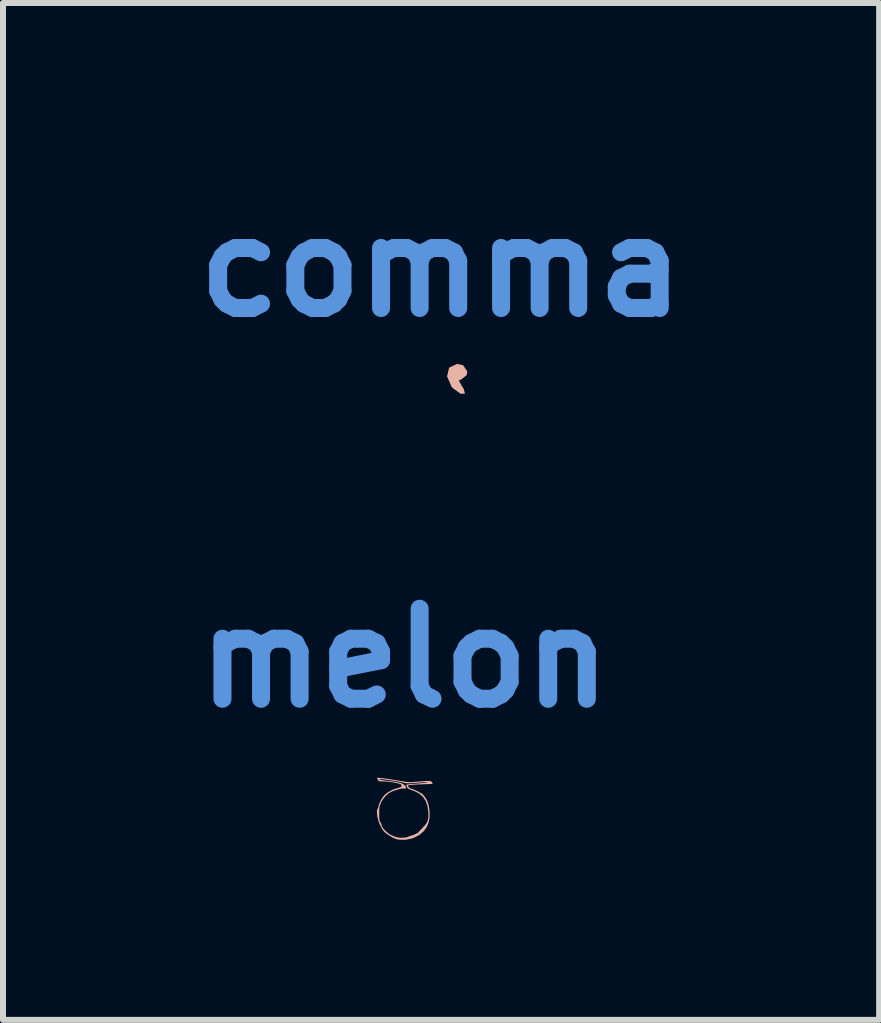
<source format=kicad_pcb>
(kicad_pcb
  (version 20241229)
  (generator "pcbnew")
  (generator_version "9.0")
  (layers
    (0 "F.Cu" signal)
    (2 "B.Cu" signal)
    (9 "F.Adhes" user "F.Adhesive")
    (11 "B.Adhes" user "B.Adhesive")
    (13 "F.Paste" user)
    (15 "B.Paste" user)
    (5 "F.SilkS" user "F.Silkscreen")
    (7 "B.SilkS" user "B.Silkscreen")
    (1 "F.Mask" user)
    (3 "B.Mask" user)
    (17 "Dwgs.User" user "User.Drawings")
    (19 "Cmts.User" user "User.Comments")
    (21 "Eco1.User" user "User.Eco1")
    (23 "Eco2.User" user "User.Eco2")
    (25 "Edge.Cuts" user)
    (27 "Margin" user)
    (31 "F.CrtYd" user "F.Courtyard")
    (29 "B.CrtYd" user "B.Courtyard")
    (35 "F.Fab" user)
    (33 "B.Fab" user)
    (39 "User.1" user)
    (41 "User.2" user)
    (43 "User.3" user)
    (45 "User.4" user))
  (footprint "comma"
    (layer "F.Cu")
    (at 4.3 2.674)
    (property "Reference" "comma" (at 0 -1.27 0) (layer "Cmts.User") (effects (font (size 1.5 1.5) (thickness 0.3))))
    (attr board_only exclude_from_pos_files exclude_from_bom)
    (fp_poly (pts (xy 0.134 0.402) (xy 0.1 0.548) (xy 0.174 0.719) (xy 0.2 0.748) (xy 0.327 0.838) (xy 0.399 0.835) (xy 0.373 0.747) (xy 0.353 0.722) (xy 0.297 0.617) (xy 0.343 0.595) (xy 0.428 0.526) (xy 0.438 0.467) (xy 0.368 0.363) (xy 0.268 0.34)) (stroke (width 0) (type solid)) (fill yes) (layer "B.SilkS")))
  (footprint "melon"
    (layer "F.Cu")
    (at 3.693 10.456)
    (property "Reference" "melon" (at 0 -2.54 0) (layer "Cmts.User") (effects (font (size 1.5 1.5) (thickness 0.3))))
    (attr board_only exclude_from_pos_files exclude_from_bom)
    (fp_poly (pts (xy -0.406 -0.542) (xy -0.364 -0.538) (xy -0.303 -0.53) (xy -0.227 -0.518) (xy -0.136 -0.504) (xy -0.034 -0.486) (xy -0.022 -0.484) (xy 0.026 -0.477) (xy 0.067 -0.473) (xy 0.109 -0.473) (xy 0.158 -0.476) (xy 0.203 -0.48) (xy 0.259 -0.485) (xy 0.314 -0.489) (xy 0.36 -0.492) (xy 0.388 -0.492) (xy 0.422 -0.491) (xy 0.441 -0.486) (xy 0.453 -0.475) (xy 0.457 -0.467) (xy 0.468 -0.443) (xy 0.268 -0.435) (xy 0.205 -0.433) (xy 0.149 -0.429) (xy 0.104 -0.426) (xy 0.073 -0.422) (xy 0.059 -0.419) (xy 0.058 -0.419) (xy 0.058 -0.405) (xy 0.068 -0.388) (xy 0.084 -0.372) (xy 0.099 -0.367) (xy 0.116 -0.362) (xy 0.146 -0.352) (xy 0.181 -0.337) (xy 0.213 -0.322) (xy 0.237 -0.31) (xy 0.244 -0.305) (xy 0.262 -0.294) (xy 0.268 -0.293) (xy 0.284 -0.285) (xy 0.306 -0.264) (xy 0.331 -0.234) (xy 0.355 -0.201) (xy 0.373 -0.169) (xy 0.377 -0.162) (xy 0.396 -0.104) (xy 0.41 -0.034) (xy 0.417 0.041) (xy 0.417 0.108) (xy 0.401 0.197) (xy 0.368 0.277) (xy 0.317 0.347) (xy 0.249 0.405) (xy 0.166 0.45) (xy 0.108 0.47) (xy 0.01 0.489) (xy -0.089 0.487) (xy -0.123 0.481) (xy -0.163 0.468) (xy -0.211 0.445) (xy -0.262 0.415) (xy -0.308 0.383) (xy -0.342 0.353) (xy -0.346 0.349) (xy -0.375 0.31) (xy -0.403 0.257) (xy -0.43 0.194) (xy -0.443 0.154) (xy -0.453 0.11) (xy -0.459 0.064) (xy -0.462 0.023) (xy -0.459 -0.008) (xy -0.452 -0.025) (xy -0.452 -0.025) (xy -0.444 -0.039) (xy -0.437 -0.063) (xy -0.437 -0.067) (xy -0.421 -0.121) (xy -0.392 -0.179) (xy -0.355 -0.235) (xy -0.329 -0.264) (xy -0.284 -0.3) (xy -0.224 -0.334) (xy -0.156 -0.363) (xy -0.086 -0.382) (xy -0.062 -0.391) (xy -0.053 -0.406) (xy -0.052 -0.414) (xy -0.056 -0.429) (xy -0.069 -0.439) (xy -0.097 -0.448) (xy -0.102 -0.449) (xy -0.168 -0.463) (xy -0.221 -0.472) (xy -0.266 -0.478) (xy -0.311 -0.482) (xy -0.349 -0.483) (xy -0.392 -0.484) (xy -0.419 -0.486) (xy -0.435 -0.491) (xy -0.443 -0.5) (xy -0.449 -0.514) (xy -0.45 -0.516) (xy -0.452 -0.521) (xy -0.429 -0.521) (xy -0.425 -0.517) (xy -0.405 -0.512) (xy -0.371 -0.505) (xy -0.327 -0.499) (xy -0.278 -0.493) (xy -0.226 -0.487) (xy -0.179 -0.48) (xy -0.143 -0.475) (xy -0.126 -0.472) (xy -0.092 -0.464) (xy -0.063 -0.457) (xy -0.062 -0.457) (xy -0.044 -0.45) (xy -0.022 -0.436) (xy -0.001 -0.421) (xy 0.015 -0.408) (xy 0.02 -0.399) (xy 0.017 -0.398) (xy 0.015 -0.392) (xy 0.02 -0.384) (xy 0.025 -0.372) (xy 0.012 -0.366) (xy 0.005 -0.364) (xy -0.014 -0.363) (xy -0.021 -0.367) (xy -0.03 -0.368) (xy -0.054 -0.364) (xy -0.089 -0.356) (xy -0.129 -0.345) (xy -0.17 -0.332) (xy -0.207 -0.318) (xy -0.222 -0.312) (xy -0.272 -0.282) (xy -0.322 -0.236) (xy -0.365 -0.18) (xy -0.395 -0.129) (xy -0.407 -0.099) (xy -0.416 -0.072) (xy -0.421 -0.041) (xy -0.423 -0.000229) (xy -0.424 0.047) (xy -0.423 0.1) (xy -0.422 0.136) (xy -0.418 0.162) (xy -0.411 0.182) (xy -0.401 0.198) (xy -0.388 0.223) (xy -0.383 0.24) (xy -0.384 0.243) (xy -0.382 0.259) (xy -0.367 0.284) (xy -0.343 0.314) (xy -0.311 0.346) (xy -0.277 0.376) (xy -0.243 0.4) (xy -0.237 0.403) (xy -0.156 0.439) (xy -0.079 0.455) (xy 0.000185 0.452) (xy 0.037 0.445) (xy 0.064 0.436) (xy 0.081 0.427) (xy 0.092 0.422) (xy 0.094 0.424) (xy 0.101 0.425) (xy 0.11 0.419) (xy 0.127 0.411) (xy 0.135 0.413) (xy 0.148 0.411) (xy 0.157 0.403) (xy 0.172 0.393) (xy 0.179 0.394) (xy 0.188 0.391) (xy 0.189 0.387) (xy 0.196 0.38) (xy 0.204 0.381) (xy 0.218 0.381) (xy 0.22 0.377) (xy 0.227 0.365) (xy 0.246 0.343) (xy 0.274 0.314) (xy 0.292 0.296) (xy 0.338 0.247) (xy 0.37 0.202) (xy 0.388 0.155) (xy 0.396 0.101) (xy 0.395 0.033) (xy 0.394 0.018) (xy 0.379 -0.078) (xy 0.35 -0.159) (xy 0.306 -0.226) (xy 0.246 -0.279) (xy 0.17 -0.32) (xy 0.137 -0.332) (xy 0.093 -0.348) (xy 0.065 -0.36) (xy 0.048 -0.373) (xy 0.038 -0.388) (xy 0.036 -0.393) (xy 0.028 -0.417) (xy 0.032 -0.429) (xy 0.035 -0.431) (xy 0.049 -0.434) (xy 0.08 -0.438) (xy 0.125 -0.442) (xy 0.178 -0.447) (xy 0.209 -0.449) (xy 0.265 -0.454) (xy 0.313 -0.458) (xy 0.35 -0.462) (xy 0.371 -0.465) (xy 0.375 -0.466) (xy 0.374 -0.47) (xy 0.359 -0.471) (xy 0.33 -0.47) (xy 0.285 -0.468) (xy 0.221 -0.463) (xy 0.175 -0.46) (xy 0.114 -0.455) (xy 0.069 -0.453) (xy 0.036 -0.453) (xy 0.009 -0.456) (xy -0.015 -0.462) (xy -0.025 -0.464) (xy -0.051 -0.471) (xy -0.093 -0.479) (xy -0.146 -0.488) (xy -0.204 -0.497) (xy -0.264 -0.506) (xy -0.32 -0.514) (xy -0.368 -0.52) (xy -0.403 -0.523) (xy -0.416 -0.523) (xy -0.429 -0.521) (xy -0.452 -0.521) (xy -0.46 -0.547)) (stroke (width 0) (type solid)) (fill yes) (layer "B.SilkS")))
  (gr_rect
    (start -3 -3)
    (end 11.6 13.945)
    (stroke (width 0.1) (type default))
    (fill no)
    (layer "Edge.Cuts")))
</source>
